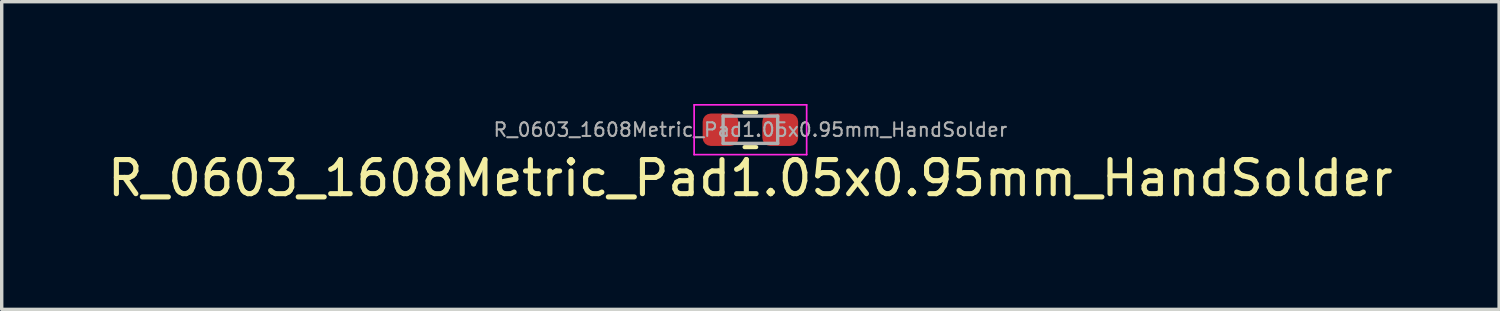
<source format=kicad_pcb>
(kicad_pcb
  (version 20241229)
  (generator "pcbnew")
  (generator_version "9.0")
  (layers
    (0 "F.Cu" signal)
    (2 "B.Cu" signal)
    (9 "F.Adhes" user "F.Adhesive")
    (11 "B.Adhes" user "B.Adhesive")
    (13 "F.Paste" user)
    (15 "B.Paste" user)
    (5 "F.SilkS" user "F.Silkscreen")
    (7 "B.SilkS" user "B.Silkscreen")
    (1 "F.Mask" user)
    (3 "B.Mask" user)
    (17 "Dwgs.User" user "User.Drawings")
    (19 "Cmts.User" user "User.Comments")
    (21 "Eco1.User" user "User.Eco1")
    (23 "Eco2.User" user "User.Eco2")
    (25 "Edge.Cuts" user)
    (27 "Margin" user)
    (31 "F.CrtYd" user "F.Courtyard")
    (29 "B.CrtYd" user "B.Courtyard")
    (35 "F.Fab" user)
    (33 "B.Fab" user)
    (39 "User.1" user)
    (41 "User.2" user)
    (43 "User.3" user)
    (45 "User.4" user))
  (footprint "R_0603_1608Metric_Pad1.05x0.95mm_HandSolder"
    (layer "F.Cu")
    (at 18.958 0.755)
    (property "Reference" "R_0603_1608Metric_Pad1.05x0.95mm_HandSolder" (at 0 1.42 0) (layer "F.SilkS") (effects (font (size 1 1) (thickness 0.15))))
    (attr smd)
    (fp_line (start -0.171 -0.51) (end 0.171 -0.51) (stroke (width 0.12) (type solid)) (layer "F.SilkS"))
    (fp_line (start -0.171 0.51) (end 0.171 0.51) (stroke (width 0.12) (type solid)) (layer "F.SilkS"))
    (fp_line (start -1.65 -0.73) (end 1.65 -0.73) (stroke (width 0.05) (type solid)) (layer "F.CrtYd"))
    (fp_line (start -1.65 0.73) (end -1.65 -0.73) (stroke (width 0.05) (type solid)) (layer "F.CrtYd"))
    (fp_line (start 1.65 -0.73) (end 1.65 0.73) (stroke (width 0.05) (type solid)) (layer "F.CrtYd"))
    (fp_line (start 1.65 0.73) (end -1.65 0.73) (stroke (width 0.05) (type solid)) (layer "F.CrtYd"))
    (fp_line (start -0.8 -0.4) (end 0.8 -0.4) (stroke (width 0.1) (type solid)) (layer "F.Fab"))
    (fp_line (start -0.8 0.4) (end -0.8 -0.4) (stroke (width 0.1) (type solid)) (layer "F.Fab"))
    (fp_line (start 0.8 -0.4) (end 0.8 0.4) (stroke (width 0.1) (type solid)) (layer "F.Fab"))
    (fp_line (start 0.8 0.4) (end -0.8 0.4) (stroke (width 0.1) (type solid)) (layer "F.Fab"))
    (fp_text user "${REFERENCE}" (at 0 0 0) (layer "F.Fab") (effects (font (size 0.4 0.4) (thickness 0.06))))
    (pad "1" smd roundrect (at -0.875 0 180) (size 1.05 0.95) (layers "F.Cu" "F.Mask" "F.Paste") (roundrect_rratio 0.25))
    (pad "2" smd roundrect (at 0.875 0 180) (size 1.05 0.95) (layers "F.Cu" "F.Mask" "F.Paste") (roundrect_rratio 0.25)))
  (gr_rect
    (start -3 -3)
    (end 40.917 6.023)
    (stroke (width 0.1) (type default))
    (fill no)
    (layer "Edge.Cuts")))
</source>
